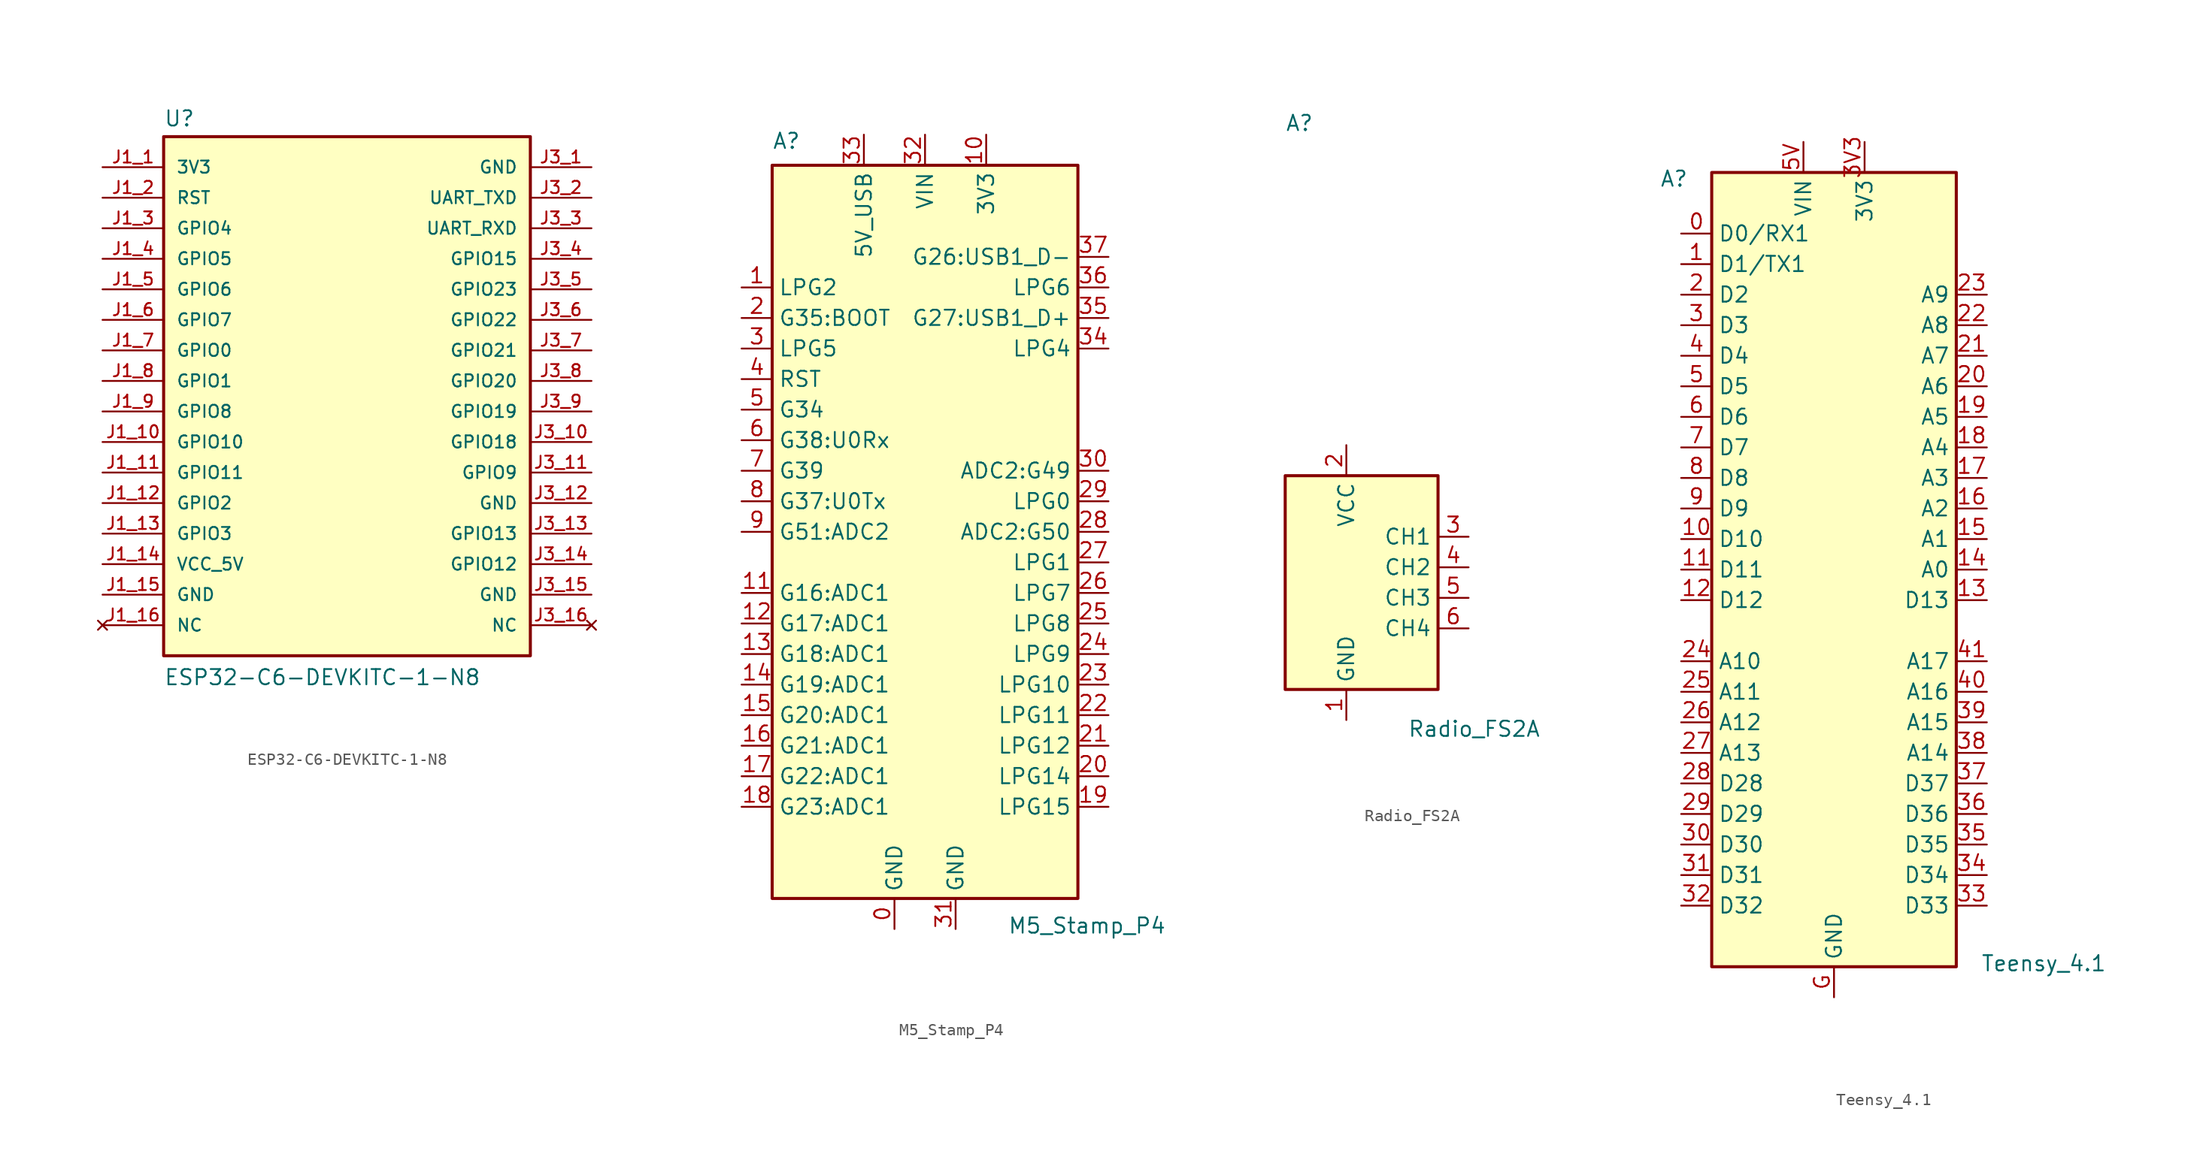
<source format=kicad_sym>
(kicad_symbol_lib
  (version 20241209)
  (generator "kicad_symbol_editor")
  (generator_version "9.0")
  (symbol "ESP32-C6-DEVKITC-1-N8"
    (pin_names
      (offset 1.016))
    (property "Reference" "U"
      (at -15.24 23.622 0)
      (effects (font (size 1.27 1.27)) (justify left bottom)))
    (property "Value" "ESP32-C6-DEVKITC-1-N8"
      (at -15.24 -22.86 0)
      (effects (font (size 1.27 1.27)) (justify left bottom)))
    (symbol "ESP32-C6-DEVKITC-1-N8_0_0"
      (rectangle (start -15.24 22.86) (end 15.24 -20.32) (stroke (width 0.254) (type default)) (fill (type background)))
      (pin bidirectional line (at -20.32 15.24 0) (length 5.08) (name "GPIO4" (effects (font (size 1.016 1.016)))) (number "J1_3" (effects (font (size 1.016 1.016)))))
      (pin bidirectional line (at -20.32 12.7 0) (length 5.08) (name "GPIO5" (effects (font (size 1.016 1.016)))) (number "J1_4" (effects (font (size 1.016 1.016)))))
      (pin bidirectional line (at -20.32 10.16 0) (length 5.08) (name "GPIO6" (effects (font (size 1.016 1.016)))) (number "J1_5" (effects (font (size 1.016 1.016)))))
      (pin bidirectional line (at -20.32 7.62 0) (length 5.08) (name "GPIO7" (effects (font (size 1.016 1.016)))) (number "J1_6" (effects (font (size 1.016 1.016)))))
      (pin bidirectional line (at -20.32 5.08 0) (length 5.08) (name "GPIO0" (effects (font (size 1.016 1.016)))) (number "J1_7" (effects (font (size 1.016 1.016)))))
      (pin bidirectional line (at -20.32 2.54 0) (length 5.08) (name "GPIO1" (effects (font (size 1.016 1.016)))) (number "J1_8" (effects (font (size 1.016 1.016)))))
      (pin bidirectional line (at -20.32 0 0) (length 5.08) (name "GPIO8" (effects (font (size 1.016 1.016)))) (number "J1_9" (effects (font (size 1.016 1.016)))))
      (pin bidirectional line (at -20.32 -2.54 0) (length 5.08) (name "GPIO10" (effects (font (size 1.016 1.016)))) (number "J1_10" (effects (font (size 1.016 1.016)))))
      (pin bidirectional line (at -20.32 -5.08 0) (length 5.08) (name "GPIO11" (effects (font (size 1.016 1.016)))) (number "J1_11" (effects (font (size 1.016 1.016)))))
      (pin bidirectional line (at -20.32 -7.62 0) (length 5.08) (name "GPIO2" (effects (font (size 1.016 1.016)))) (number "J1_12" (effects (font (size 1.016 1.016)))))
      (pin bidirectional line (at -20.32 -10.16 0) (length 5.08) (name "GPIO3" (effects (font (size 1.016 1.016)))) (number "J1_13" (effects (font (size 1.016 1.016)))))
      (pin power_in line (at -20.32 -12.7 0) (length 5.08) (name "VCC_5V" (effects (font (size 1.016 1.016)))) (number "J1_14" (effects (font (size 1.016 1.016)))))
      (pin bidirectional line (at 20.32 17.78 180) (length 5.08) (name "UART_TXD" (effects (font (size 1.016 1.016)))) (number "J3_2" (effects (font (size 1.016 1.016)))))
      (pin bidirectional line (at 20.32 15.24 180) (length 5.08) (name "UART_RXD" (effects (font (size 1.016 1.016)))) (number "J3_3" (effects (font (size 1.016 1.016)))))
      (pin bidirectional line (at 20.32 12.7 180) (length 5.08) (name "GPIO15" (effects (font (size 1.016 1.016)))) (number "J3_4" (effects (font (size 1.016 1.016)))))
      (pin bidirectional line (at 20.32 10.16 180) (length 5.08) (name "GPIO23" (effects (font (size 1.016 1.016)))) (number "J3_5" (effects (font (size 1.016 1.016)))))
      (pin bidirectional line (at 20.32 7.62 180) (length 5.08) (name "GPIO22" (effects (font (size 1.016 1.016)))) (number "J3_6" (effects (font (size 1.016 1.016)))))
      (pin bidirectional line (at 20.32 5.08 180) (length 5.08) (name "GPIO21" (effects (font (size 1.016 1.016)))) (number "J3_7" (effects (font (size 1.016 1.016)))))
      (pin bidirectional line (at 20.32 2.54 180) (length 5.08) (name "GPIO20" (effects (font (size 1.016 1.016)))) (number "J3_8" (effects (font (size 1.016 1.016)))))
      (pin bidirectional line (at 20.32 0 180) (length 5.08) (name "GPIO19" (effects (font (size 1.016 1.016)))) (number "J3_9" (effects (font (size 1.016 1.016)))))
      (pin bidirectional line (at 20.32 -2.54 180) (length 5.08) (name "GPIO18" (effects (font (size 1.016 1.016)))) (number "J3_10" (effects (font (size 1.016 1.016)))))
      (pin bidirectional line (at 20.32 -5.08 180) (length 5.08) (name "GPIO9" (effects (font (size 1.016 1.016)))) (number "J3_11" (effects (font (size 1.016 1.016)))))
      (pin bidirectional line (at 20.32 -10.16 180) (length 5.08) (name "GPIO13" (effects (font (size 1.016 1.016)))) (number "J3_13" (effects (font (size 1.016 1.016)))))
      (pin bidirectional line (at 20.32 -12.7 180) (length 5.08) (name "GPIO12" (effects (font (size 1.016 1.016)))) (number "J3_14" (effects (font (size 1.016 1.016))))))
    (symbol "ESP32-C6-DEVKITC-1-N8_1_0"
      (pin power_in line (at -20.32 20.32 0) (length 5.08) (name "3V3" (effects (font (size 1.016 1.016)))) (number "J1_1" (effects (font (size 1.016 1.016)))))
      (pin input line (at -20.32 17.78 0) (length 5.08) (name "RST" (effects (font (size 1.016 1.016)))) (number "J1_2" (effects (font (size 1.016 1.016)))))
      (pin power_in line (at -20.32 -15.24 0) (length 5.08) (name "GND" (effects (font (size 1.016 1.016)))) (number "J1_15" (effects (font (size 1.016 1.016)))))
      (pin no_connect line (at -20.32 -17.78 0) (length 5.08) (name "NC" (effects (font (size 1.016 1.016)))) (number "J1_16" (effects (font (size 1.016 1.016)))))
      (pin power_in line (at 20.32 20.32 180) (length 5.08) (name "GND" (effects (font (size 1.016 1.016)))) (number "J3_1" (effects (font (size 1.016 1.016)))))
      (pin power_in line (at 20.32 -7.62 180) (length 5.08) (name "GND" (effects (font (size 1.016 1.016)))) (number "J3_12" (effects (font (size 1.016 1.016)))))
      (pin power_in line (at 20.32 -15.24 180) (length 5.08) (name "GND" (effects (font (size 1.016 1.016)))) (number "J3_15" (effects (font (size 1.016 1.016)))))
      (pin no_connect line (at 20.32 -17.78 180) (length 5.08) (name "NC" (effects (font (size 1.016 1.016)))) (number "J3_16" (effects (font (size 1.016 1.016)))))))
  (symbol "M5_Stamp_P4"
    (property "Reference" "A"
      (at -12.7 34.29 0)
      (effects (font (size 1.27 1.27)) (justify left bottom)))
    (property "Value" "M5_Stamp_P4"
      (at 6.858 -29.464 0)
      (effects (font (size 1.27 1.27)) (justify left top)))
    (symbol "M5_Stamp_P4_0_1"
      (rectangle (start -12.7 33.02) (end 12.7 -27.94) (stroke (width 0.254) (type default)) (fill (type background))))
    (symbol "M5_Stamp_P4_1_1"
      (pin bidirectional line (at -15.24 22.86 0) (length 2.54) (name "LPG2" (effects (font (size 1.27 1.27)))) (number "1" (effects (font (size 1.27 1.27)))))
      (pin bidirectional line (at -15.24 20.32 0) (length 2.54) (name "G35:BOOT" (effects (font (size 1.27 1.27)))) (number "2" (effects (font (size 1.27 1.27)))))
      (pin bidirectional line (at -15.24 17.78 0) (length 2.54) (name "LPG5" (effects (font (size 1.27 1.27)))) (number "3" (effects (font (size 1.27 1.27)))))
      (pin bidirectional line (at -15.24 15.24 0) (length 2.54) (name "RST" (effects (font (size 1.27 1.27)))) (number "4" (effects (font (size 1.27 1.27)))))
      (pin bidirectional line (at -15.24 12.7 0) (length 2.54) (name "G34" (effects (font (size 1.27 1.27)))) (number "5" (effects (font (size 1.27 1.27)))))
      (pin bidirectional line (at -15.24 10.16 0) (length 2.54) (name "G38:U0Rx" (effects (font (size 1.27 1.27)))) (number "6" (effects (font (size 1.27 1.27)))))
      (pin bidirectional line (at -15.24 7.62 0) (length 2.54) (name "G39" (effects (font (size 1.27 1.27)))) (number "7" (effects (font (size 1.27 1.27)))))
      (pin bidirectional line (at -15.24 5.08 0) (length 2.54) (name "G37:U0Tx" (effects (font (size 1.27 1.27)))) (number "8" (effects (font (size 1.27 1.27)))))
      (pin bidirectional line (at -15.24 2.54 0) (length 2.54) (name "G51:ADC2" (effects (font (size 1.27 1.27)))) (number "9" (effects (font (size 1.27 1.27)))))
      (pin bidirectional line (at -15.24 -2.54 0) (length 2.54) (name "G16:ADC1" (effects (font (size 1.27 1.27)))) (number "11" (effects (font (size 1.27 1.27)))))
      (pin bidirectional line (at -15.24 -5.08 0) (length 2.54) (name "G17:ADC1" (effects (font (size 1.27 1.27)))) (number "12" (effects (font (size 1.27 1.27)))))
      (pin bidirectional line (at -15.24 -7.62 0) (length 2.54) (name "G18:ADC1" (effects (font (size 1.27 1.27)))) (number "13" (effects (font (size 1.27 1.27)))))
      (pin bidirectional line (at -15.24 -10.16 0) (length 2.54) (name "G19:ADC1" (effects (font (size 1.27 1.27)))) (number "14" (effects (font (size 1.27 1.27)))))
      (pin bidirectional line (at -15.24 -12.7 0) (length 2.54) (name "G20:ADC1" (effects (font (size 1.27 1.27)))) (number "15" (effects (font (size 1.27 1.27)))))
      (pin bidirectional line (at -15.24 -15.24 0) (length 2.54) (name "G21:ADC1" (effects (font (size 1.27 1.27)))) (number "16" (effects (font (size 1.27 1.27)))))
      (pin bidirectional line (at -15.24 -17.78 0) (length 2.54) (name "G22:ADC1" (effects (font (size 1.27 1.27)))) (number "17" (effects (font (size 1.27 1.27)))))
      (pin bidirectional line (at -15.24 -20.32 0) (length 2.54) (name "G23:ADC1" (effects (font (size 1.27 1.27)))) (number "18" (effects (font (size 1.27 1.27)))))
      (pin power_in line (at -5.08 35.56 270) (length 2.54) (name "5V_USB" (effects (font (size 1.27 1.27)))) (number "33" (effects (font (size 1.27 1.27)))))
      (pin power_in line (at -2.54 -30.48 90) (length 2.54) (name "GND" (effects (font (size 1.27 1.27)))) (number "0" (effects (font (size 1.27 1.27)))))
      (pin power_in line (at 0 35.56 270) (length 2.54) (name "VIN" (effects (font (size 1.27 1.27)))) (number "32" (effects (font (size 1.27 1.27)))))
      (pin power_in line (at 2.54 -30.48 90) (length 2.54) (name "GND" (effects (font (size 1.27 1.27)))) (number "31" (effects (font (size 1.27 1.27)))))
      (pin power_out line (at 5.08 35.56 270) (length 2.54) (name "3V3" (effects (font (size 1.27 1.27)))) (number "10" (effects (font (size 1.27 1.27)))))
      (pin bidirectional line (at 15.24 25.4 180) (length 2.54) (name "G26:USB1_D-" (effects (font (size 1.27 1.27)))) (number "37" (effects (font (size 1.27 1.27)))))
      (pin bidirectional line (at 15.24 22.86 180) (length 2.54) (name "LPG6" (effects (font (size 1.27 1.27)))) (number "36" (effects (font (size 1.27 1.27)))))
      (pin bidirectional line (at 15.24 20.32 180) (length 2.54) (name "G27:USB1_D+" (effects (font (size 1.27 1.27)))) (number "35" (effects (font (size 1.27 1.27)))))
      (pin bidirectional line (at 15.24 17.78 180) (length 2.54) (name "LPG4" (effects (font (size 1.27 1.27)))) (number "34" (effects (font (size 1.27 1.27)))))
      (pin bidirectional line (at 15.24 7.62 180) (length 2.54) (name "ADC2:G49" (effects (font (size 1.27 1.27)))) (number "30" (effects (font (size 1.27 1.27)))))
      (pin bidirectional line (at 15.24 5.08 180) (length 2.54) (name "LPG0" (effects (font (size 1.27 1.27)))) (number "29" (effects (font (size 1.27 1.27)))))
      (pin bidirectional line (at 15.24 2.54 180) (length 2.54) (name "ADC2:G50" (effects (font (size 1.27 1.27)))) (number "28" (effects (font (size 1.27 1.27)))))
      (pin bidirectional line (at 15.24 0 180) (length 2.54) (name "LPG1" (effects (font (size 1.27 1.27)))) (number "27" (effects (font (size 1.27 1.27)))))
      (pin bidirectional line (at 15.24 -2.54 180) (length 2.54) (name "LPG7" (effects (font (size 1.27 1.27)))) (number "26" (effects (font (size 1.27 1.27)))))
      (pin bidirectional line (at 15.24 -5.08 180) (length 2.54) (name "LPG8" (effects (font (size 1.27 1.27)))) (number "25" (effects (font (size 1.27 1.27)))))
      (pin bidirectional line (at 15.24 -7.62 180) (length 2.54) (name "LPG9" (effects (font (size 1.27 1.27)))) (number "24" (effects (font (size 1.27 1.27)))))
      (pin bidirectional line (at 15.24 -10.16 180) (length 2.54) (name "LPG10" (effects (font (size 1.27 1.27)))) (number "23" (effects (font (size 1.27 1.27)))))
      (pin bidirectional line (at 15.24 -12.7 180) (length 2.54) (name "LPG11" (effects (font (size 1.27 1.27)))) (number "22" (effects (font (size 1.27 1.27)))))
      (pin bidirectional line (at 15.24 -15.24 180) (length 2.54) (name "LPG12" (effects (font (size 1.27 1.27)))) (number "21" (effects (font (size 1.27 1.27)))))
      (pin bidirectional line (at 15.24 -17.78 180) (length 2.54) (name "LPG14" (effects (font (size 1.27 1.27)))) (number "20" (effects (font (size 1.27 1.27)))))
      (pin bidirectional line (at 15.24 -20.32 180) (length 2.54) (name "LPG15" (effects (font (size 1.27 1.27)))) (number "19" (effects (font (size 1.27 1.27)))))))
  (symbol "Radio_FS2A"
    (property "Reference" "A"
      (at 0 46.355 0)
      (effects (font (size 1.27 1.27)) (justify left bottom)))
    (property "Value" "Radio_FS2A"
      (at 10.16 -2.54 0)
      (effects (font (size 1.27 1.27)) (justify left top)))
    (symbol "Radio_FS2A_0_1"
      (rectangle (start 0 17.78) (end 12.7 0) (stroke (width 0.254) (type default)) (fill (type background))))
    (symbol "Radio_FS2A_1_1"
      (pin power_in line (at 5.08 20.32 270) (length 2.54) (name "VCC" (effects (font (size 1.27 1.27)))) (number "2" (effects (font (size 1.27 1.27)))))
      (pin power_in line (at 5.08 -2.54 90) (length 2.54) (name "GND" (effects (font (size 1.27 1.27)))) (number "1" (effects (font (size 1.27 1.27)))))
      (pin bidirectional line (at 15.24 12.7 180) (length 2.54) (name "CH1" (effects (font (size 1.27 1.27)))) (number "3" (effects (font (size 1.27 1.27)))))
      (pin bidirectional line (at 15.24 10.16 180) (length 2.54) (name "CH2" (effects (font (size 1.27 1.27)))) (number "4" (effects (font (size 1.27 1.27)))))
      (pin bidirectional line (at 15.24 7.62 180) (length 2.54) (name "CH3" (effects (font (size 1.27 1.27)))) (number "5" (effects (font (size 1.27 1.27)))))
      (pin bidirectional line (at 15.24 5.08 180) (length 2.54) (name "CH4" (effects (font (size 1.27 1.27)))) (number "6" (effects (font (size 1.27 1.27)))))))
  (symbol "Teensy_4.1"
    (property "Reference" "A"
      (at -14.478 30.48 0)
      (effects (font (size 1.27 1.27)) (justify left bottom)))
    (property "Value" "Teensy_4.1"
      (at 12.192 -33.274 0)
      (effects (font (size 1.27 1.27)) (justify left top)))
    (symbol "Teensy_4.1_0_1"
      (rectangle (start -10.16 31.75) (end 10.16 -34.29) (stroke (width 0.254) (type default)) (fill (type background))))
    (symbol "Teensy_4.1_1_1"
      (pin bidirectional line (at -12.7 26.67 0) (length 2.54) (name "D0/RX1" (effects (font (size 1.27 1.27)))) (number "0" (effects (font (size 1.27 1.27)))))
      (pin bidirectional line (at -12.7 24.13 0) (length 2.54) (name "D1/TX1" (effects (font (size 1.27 1.27)))) (number "1" (effects (font (size 1.27 1.27)))))
      (pin bidirectional line (at -12.7 21.59 0) (length 2.54) (name "D2" (effects (font (size 1.27 1.27)))) (number "2" (effects (font (size 1.27 1.27)))))
      (pin bidirectional line (at -12.7 19.05 0) (length 2.54) (name "D3" (effects (font (size 1.27 1.27)))) (number "3" (effects (font (size 1.27 1.27)))))
      (pin bidirectional line (at -12.7 16.51 0) (length 2.54) (name "D4" (effects (font (size 1.27 1.27)))) (number "4" (effects (font (size 1.27 1.27)))))
      (pin bidirectional line (at -12.7 13.97 0) (length 2.54) (name "D5" (effects (font (size 1.27 1.27)))) (number "5" (effects (font (size 1.27 1.27)))))
      (pin bidirectional line (at -12.7 11.43 0) (length 2.54) (name "D6" (effects (font (size 1.27 1.27)))) (number "6" (effects (font (size 1.27 1.27)))))
      (pin bidirectional line (at -12.7 8.89 0) (length 2.54) (name "D7" (effects (font (size 1.27 1.27)))) (number "7" (effects (font (size 1.27 1.27)))))
      (pin bidirectional line (at -12.7 6.35 0) (length 2.54) (name "D8" (effects (font (size 1.27 1.27)))) (number "8" (effects (font (size 1.27 1.27)))))
      (pin bidirectional line (at -12.7 3.81 0) (length 2.54) (name "D9" (effects (font (size 1.27 1.27)))) (number "9" (effects (font (size 1.27 1.27)))))
      (pin bidirectional line (at -12.7 1.27 0) (length 2.54) (name "D10" (effects (font (size 1.27 1.27)))) (number "10" (effects (font (size 1.27 1.27)))))
      (pin bidirectional line (at -12.7 -1.27 0) (length 2.54) (name "D11" (effects (font (size 1.27 1.27)))) (number "11" (effects (font (size 1.27 1.27)))))
      (pin bidirectional line (at -12.7 -3.81 0) (length 2.54) (name "D12" (effects (font (size 1.27 1.27)))) (number "12" (effects (font (size 1.27 1.27)))))
      (pin bidirectional line (at -12.7 -8.89 0) (length 2.54) (name "A10" (effects (font (size 1.27 1.27)))) (number "24" (effects (font (size 1.27 1.27)))))
      (pin bidirectional line (at -12.7 -11.43 0) (length 2.54) (name "A11" (effects (font (size 1.27 1.27)))) (number "25" (effects (font (size 1.27 1.27)))))
      (pin bidirectional line (at -12.7 -13.97 0) (length 2.54) (name "A12" (effects (font (size 1.27 1.27)))) (number "26" (effects (font (size 1.27 1.27)))))
      (pin bidirectional line (at -12.7 -16.51 0) (length 2.54) (name "A13" (effects (font (size 1.27 1.27)))) (number "27" (effects (font (size 1.27 1.27)))))
      (pin bidirectional line (at -12.7 -19.05 0) (length 2.54) (name "D28" (effects (font (size 1.27 1.27)))) (number "28" (effects (font (size 1.27 1.27)))))
      (pin bidirectional line (at -12.7 -21.59 0) (length 2.54) (name "D29" (effects (font (size 1.27 1.27)))) (number "29" (effects (font (size 1.27 1.27)))))
      (pin bidirectional line (at -12.7 -24.13 0) (length 2.54) (name "D30" (effects (font (size 1.27 1.27)))) (number "30" (effects (font (size 1.27 1.27)))))
      (pin bidirectional line (at -12.7 -26.67 0) (length 2.54) (name "D31" (effects (font (size 1.27 1.27)))) (number "31" (effects (font (size 1.27 1.27)))))
      (pin bidirectional line (at -12.7 -29.21 0) (length 2.54) (name "D32" (effects (font (size 1.27 1.27)))) (number "32" (effects (font (size 1.27 1.27)))))
      (pin power_in line (at -2.54 34.29 270) (length 2.54) (name "VIN" (effects (font (size 1.27 1.27)))) (number "5V" (effects (font (size 1.27 1.27)))))
      (pin power_in line (at 0 -36.83 90) (length 2.54) (name "GND" (effects (font (size 1.27 1.27)))) (number "G" (effects (font (size 1.27 1.27)))))
      (pin power_out line (at 2.54 34.29 270) (length 2.54) (name "3V3" (effects (font (size 1.27 1.27)))) (number "3V3" (effects (font (size 1.27 1.27)))))
      (pin bidirectional line (at 12.7 21.59 180) (length 2.54) (name "A9" (effects (font (size 1.27 1.27)))) (number "23" (effects (font (size 1.27 1.27)))))
      (pin bidirectional line (at 12.7 19.05 180) (length 2.54) (name "A8" (effects (font (size 1.27 1.27)))) (number "22" (effects (font (size 1.27 1.27)))))
      (pin bidirectional line (at 12.7 16.51 180) (length 2.54) (name "A7" (effects (font (size 1.27 1.27)))) (number "21" (effects (font (size 1.27 1.27)))))
      (pin bidirectional line (at 12.7 13.97 180) (length 2.54) (name "A6" (effects (font (size 1.27 1.27)))) (number "20" (effects (font (size 1.27 1.27)))))
      (pin bidirectional line (at 12.7 11.43 180) (length 2.54) (name "A5" (effects (font (size 1.27 1.27)))) (number "19" (effects (font (size 1.27 1.27)))))
      (pin bidirectional line (at 12.7 8.89 180) (length 2.54) (name "A4" (effects (font (size 1.27 1.27)))) (number "18" (effects (font (size 1.27 1.27)))))
      (pin bidirectional line (at 12.7 6.35 180) (length 2.54) (name "A3" (effects (font (size 1.27 1.27)))) (number "17" (effects (font (size 1.27 1.27)))))
      (pin bidirectional line (at 12.7 3.81 180) (length 2.54) (name "A2" (effects (font (size 1.27 1.27)))) (number "16" (effects (font (size 1.27 1.27)))))
      (pin bidirectional line (at 12.7 1.27 180) (length 2.54) (name "A1" (effects (font (size 1.27 1.27)))) (number "15" (effects (font (size 1.27 1.27)))))
      (pin bidirectional line (at 12.7 -1.27 180) (length 2.54) (name "A0" (effects (font (size 1.27 1.27)))) (number "14" (effects (font (size 1.27 1.27)))))
      (pin bidirectional line (at 12.7 -3.81 180) (length 2.54) (name "D13" (effects (font (size 1.27 1.27)))) (number "13" (effects (font (size 1.27 1.27)))))
      (pin bidirectional line (at 12.7 -8.89 180) (length 2.54) (name "A17" (effects (font (size 1.27 1.27)))) (number "41" (effects (font (size 1.27 1.27)))))
      (pin bidirectional line (at 12.7 -11.43 180) (length 2.54) (name "A16" (effects (font (size 1.27 1.27)))) (number "40" (effects (font (size 1.27 1.27)))))
      (pin bidirectional line (at 12.7 -13.97 180) (length 2.54) (name "A15" (effects (font (size 1.27 1.27)))) (number "39" (effects (font (size 1.27 1.27)))))
      (pin bidirectional line (at 12.7 -16.51 180) (length 2.54) (name "A14" (effects (font (size 1.27 1.27)))) (number "38" (effects (font (size 1.27 1.27)))))
      (pin bidirectional line (at 12.7 -19.05 180) (length 2.54) (name "D37" (effects (font (size 1.27 1.27)))) (number "37" (effects (font (size 1.27 1.27)))))
      (pin bidirectional line (at 12.7 -21.59 180) (length 2.54) (name "D36" (effects (font (size 1.27 1.27)))) (number "36" (effects (font (size 1.27 1.27)))))
      (pin bidirectional line (at 12.7 -24.13 180) (length 2.54) (name "D35" (effects (font (size 1.27 1.27)))) (number "35" (effects (font (size 1.27 1.27)))))
      (pin bidirectional line (at 12.7 -26.67 180) (length 2.54) (name "D34" (effects (font (size 1.27 1.27)))) (number "34" (effects (font (size 1.27 1.27)))))
      (pin bidirectional line (at 12.7 -29.21 180) (length 2.54) (name "D33" (effects (font (size 1.27 1.27)))) (number "33" (effects (font (size 1.27 1.27))))))))
</source>
